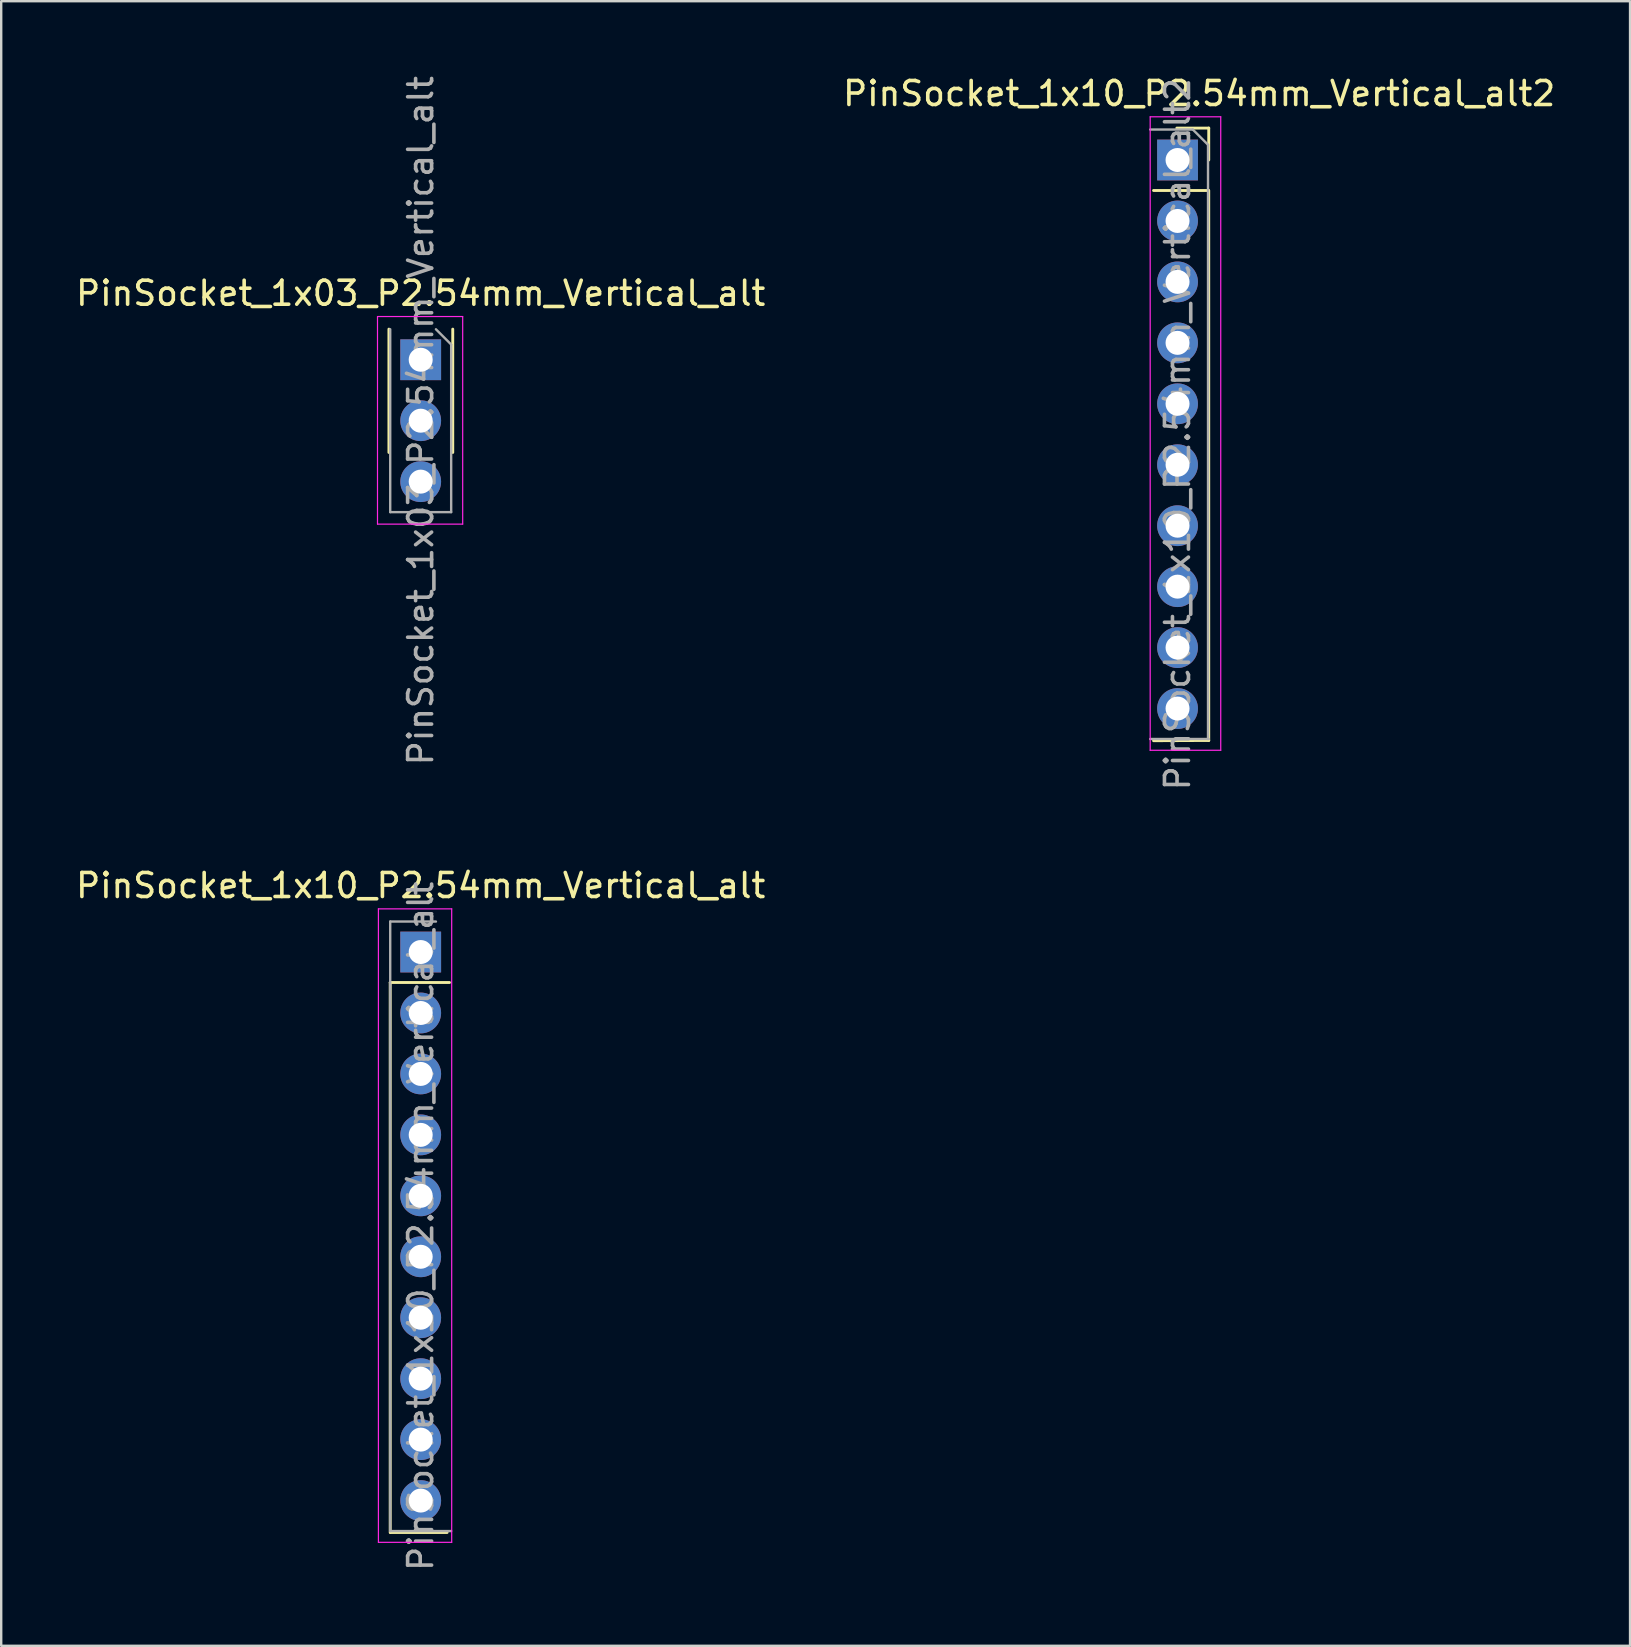
<source format=kicad_pcb>
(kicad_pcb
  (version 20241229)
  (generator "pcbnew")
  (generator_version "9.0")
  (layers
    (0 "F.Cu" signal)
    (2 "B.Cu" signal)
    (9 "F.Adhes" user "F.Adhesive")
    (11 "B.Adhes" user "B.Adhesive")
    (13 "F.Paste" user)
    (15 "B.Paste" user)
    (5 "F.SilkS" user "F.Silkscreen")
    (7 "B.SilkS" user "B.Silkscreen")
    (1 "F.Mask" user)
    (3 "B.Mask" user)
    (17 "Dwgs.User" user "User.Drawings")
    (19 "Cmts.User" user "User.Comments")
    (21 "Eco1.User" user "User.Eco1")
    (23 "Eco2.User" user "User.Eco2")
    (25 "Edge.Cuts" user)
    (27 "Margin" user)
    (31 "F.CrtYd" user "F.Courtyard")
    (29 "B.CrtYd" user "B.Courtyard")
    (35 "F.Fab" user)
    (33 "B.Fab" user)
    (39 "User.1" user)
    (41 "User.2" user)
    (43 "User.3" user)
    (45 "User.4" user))
  (footprint "PinSocket_1x03_P2.54mm_Vertical_alt"
    (layer "F.Cu")
    (at 14.482 11.942)
    (property "Reference" "PinSocket_1x03_P2.54mm_Vertical_alt" (at 0 -2.77 0) (layer "F.SilkS") (effects (font (size 1 1) (thickness 0.15))))
    (attr through_hole)
    (fp_line (start -1.324 -1.276) (end -1.324 3.864) (stroke (width 0.12) (type solid)) (layer "F.SilkS"))
    (fp_line (start 1.336 -1.276) (end 1.336 3.864) (stroke (width 0.12) (type solid)) (layer "F.SilkS"))
    (fp_line (start -1.8 -1.8) (end 1.75 -1.8) (stroke (width 0.05) (type solid)) (layer "F.CrtYd"))
    (fp_line (start -1.8 6.85) (end -1.8 -1.8) (stroke (width 0.05) (type solid)) (layer "F.CrtYd"))
    (fp_line (start 1.75 -1.8) (end 1.75 6.85) (stroke (width 0.05) (type solid)) (layer "F.CrtYd"))
    (fp_line (start 1.75 6.85) (end -1.8 6.85) (stroke (width 0.05) (type solid)) (layer "F.CrtYd"))
    (fp_line (start -1.27 6.35) (end -1.27 -1.27) (stroke (width 0.1) (type solid)) (layer "F.Fab"))
    (fp_line (start 0.635 -1.27) (end 1.27 -0.635) (stroke (width 0.1) (type solid)) (layer "F.Fab"))
    (fp_line (start 1.27 -0.635) (end 1.27 6.35) (stroke (width 0.1) (type solid)) (layer "F.Fab"))
    (fp_line (start 1.27 6.35) (end -1.27 6.35) (stroke (width 0.1) (type solid)) (layer "F.Fab"))
    (fp_text user "${REFERENCE}" (at 0 2.54 90) (layer "F.Fab") (effects (font (size 1 1) (thickness 0.15))))
    (pad "1" thru_hole rect (at 0 0) (size 1.7 1.7) (drill 1) (layers "*.Cu" "*.Mask"))
    (pad "2" thru_hole oval (at 0 2.54) (size 1.7 1.7) (drill 1) (layers "*.Cu" "*.Mask"))
    (pad "3" thru_hole oval (at 0 5.08) (size 1.7 1.7) (drill 1) (layers "*.Cu" "*.Mask")))
  (footprint "PinSocket_1x10_P2.54mm_Vertical_alt"
    (layer "F.Cu")
    (at 14.482 36.625)
    (property "Reference" "PinSocket_1x10_P2.54mm_Vertical_alt" (at 0 -2.77 0) (layer "F.SilkS") (effects (font (size 1 1) (thickness 0.15))))
    (attr through_hole)
    (fp_line (start -1.271 1.27) (end -1.271 24.19) (stroke (width 0.12) (type solid)) (layer "F.SilkS"))
    (fp_line (start -1.271 1.27) (end 1.2 1.27) (stroke (width 0.12) (type solid)) (layer "F.SilkS"))
    (fp_line (start -1.26 24.19) (end 1.1 24.19) (stroke (width 0.12) (type solid)) (layer "F.SilkS"))
    (fp_line (start -1.762 -1.8) (end 1.292 -1.8) (stroke (width 0.05) (type solid)) (layer "F.CrtYd"))
    (fp_line (start -1.762 24.6) (end -1.762 -1.8) (stroke (width 0.05) (type solid)) (layer "F.CrtYd"))
    (fp_line (start 1.292 24.6) (end -1.762 24.6) (stroke (width 0.05) (type solid)) (layer "F.CrtYd"))
    (fp_line (start 1.292 24.6) (end 1.292 -1.8) (stroke (width 0.05) (type solid)) (layer "F.CrtYd"))
    (fp_line (start -1.27 -1.27) (end 0.635 -1.27) (stroke (width 0.1) (type solid)) (layer "F.Fab"))
    (fp_line (start -1.27 24.13) (end -1.27 -1.27) (stroke (width 0.1) (type solid)) (layer "F.Fab"))
    (fp_line (start 1.27 24.13) (end -1.27 24.13) (stroke (width 0.1) (type solid)) (layer "F.Fab"))
    (fp_text user "${REFERENCE}" (at 0 11.43 90) (layer "F.Fab") (effects (font (size 1 1) (thickness 0.15))))
    (pad "1" thru_hole rect (at 0 0) (size 1.7 1.7) (drill 1) (layers "*.Cu" "*.Mask"))
    (pad "2" thru_hole oval (at 0 2.54) (size 1.7 1.7) (drill 1) (layers "*.Cu" "*.Mask"))
    (pad "3" thru_hole oval (at 0 5.08) (size 1.7 1.7) (drill 1) (layers "*.Cu" "*.Mask"))
    (pad "4" thru_hole oval (at 0 7.62) (size 1.7 1.7) (drill 1) (layers "*.Cu" "*.Mask"))
    (pad "5" thru_hole oval (at 0 10.16) (size 1.7 1.7) (drill 1) (layers "*.Cu" "*.Mask"))
    (pad "6" thru_hole oval (at 0 12.7) (size 1.7 1.7) (drill 1) (layers "*.Cu" "*.Mask"))
    (pad "7" thru_hole oval (at 0 15.24) (size 1.7 1.7) (drill 1) (layers "*.Cu" "*.Mask"))
    (pad "8" thru_hole oval (at 0 17.78) (size 1.7 1.7) (drill 1) (layers "*.Cu" "*.Mask"))
    (pad "9" thru_hole oval (at 0 20.32) (size 1.7 1.7) (drill 1) (layers "*.Cu" "*.Mask"))
    (pad "10" thru_hole oval (at 0 22.86) (size 1.7 1.7) (drill 1) (layers "*.Cu" "*.Mask")))
  (footprint "PinSocket_1x10_P2.54mm_Vertical_alt2"
    (layer "F.Cu")
    (at 46.023 3.618)
    (property "Reference" "PinSocket_1x10_P2.54mm_Vertical_alt2" (at 0.9 -2.77 0) (layer "F.SilkS") (effects (font (size 1 1) (thickness 0.15))))
    (attr through_hole)
    (fp_line (start -1 1.27) (end 1.292 1.27) (stroke (width 0.12) (type solid)) (layer "F.SilkS"))
    (fp_line (start -1 24.2) (end 1.3 24.19) (stroke (width 0.12) (type solid)) (layer "F.SilkS"))
    (fp_line (start -0.03 -1.33) (end 1.3 -1.33) (stroke (width 0.12) (type solid)) (layer "F.SilkS"))
    (fp_line (start 1.3 -1.33) (end 1.3 0) (stroke (width 0.12) (type solid)) (layer "F.SilkS"))
    (fp_line (start 1.3 1.27) (end 1.3 24.19) (stroke (width 0.12) (type solid)) (layer "F.SilkS"))
    (fp_line (start -1.14 -1.8) (end -1.14 24.6) (stroke (width 0.05) (type solid)) (layer "F.CrtYd"))
    (fp_line (start -1.14 -1.8) (end 1.8 -1.8) (stroke (width 0.05) (type solid)) (layer "F.CrtYd"))
    (fp_line (start 1.8 -1.8) (end 1.8 24.6) (stroke (width 0.05) (type solid)) (layer "F.CrtYd"))
    (fp_line (start 1.8 24.6) (end -1.14 24.6) (stroke (width 0.05) (type solid)) (layer "F.CrtYd"))
    (fp_line (start -1.14 -1.27) (end 0.635 -1.27) (stroke (width 0.1) (type solid)) (layer "F.Fab"))
    (fp_line (start 0.635 -1.27) (end 1.27 -0.635) (stroke (width 0.1) (type solid)) (layer "F.Fab"))
    (fp_line (start 1.27 -0.635) (end 1.27 24.13) (stroke (width 0.1) (type solid)) (layer "F.Fab"))
    (fp_line (start 1.3 24.13) (end -1.14 24.13) (stroke (width 0.1) (type solid)) (layer "F.Fab"))
    (fp_text user "${REFERENCE}" (at 0 11.43 90) (layer "F.Fab") (effects (font (size 1 1) (thickness 0.15))))
    (pad "1" thru_hole rect (at 0 0) (size 1.7 1.7) (drill 1) (layers "*.Cu" "*.Mask"))
    (pad "2" thru_hole oval (at 0 2.54) (size 1.7 1.7) (drill 1) (layers "*.Cu" "*.Mask"))
    (pad "3" thru_hole oval (at 0 5.08) (size 1.7 1.7) (drill 1) (layers "*.Cu" "*.Mask"))
    (pad "4" thru_hole oval (at 0 7.62) (size 1.7 1.7) (drill 1) (layers "*.Cu" "*.Mask"))
    (pad "5" thru_hole oval (at 0 10.16) (size 1.7 1.7) (drill 1) (layers "*.Cu" "*.Mask"))
    (pad "6" thru_hole oval (at 0 12.7) (size 1.7 1.7) (drill 1) (layers "*.Cu" "*.Mask"))
    (pad "7" thru_hole oval (at 0 15.24) (size 1.7 1.7) (drill 1) (layers "*.Cu" "*.Mask"))
    (pad "8" thru_hole oval (at 0 17.78) (size 1.7 1.7) (drill 1) (layers "*.Cu" "*.Mask"))
    (pad "9" thru_hole oval (at 0 20.32) (size 1.7 1.7) (drill 1) (layers "*.Cu" "*.Mask"))
    (pad "10" thru_hole oval (at 0 22.86) (size 1.7 1.7) (drill 1) (layers "*.Cu" "*.Mask")))
  (gr_rect
    (start -3 -3)
    (end 64.881 65.537)
    (stroke (width 0.1) (type default))
    (fill no)
    (layer "Edge.Cuts")))
</source>
